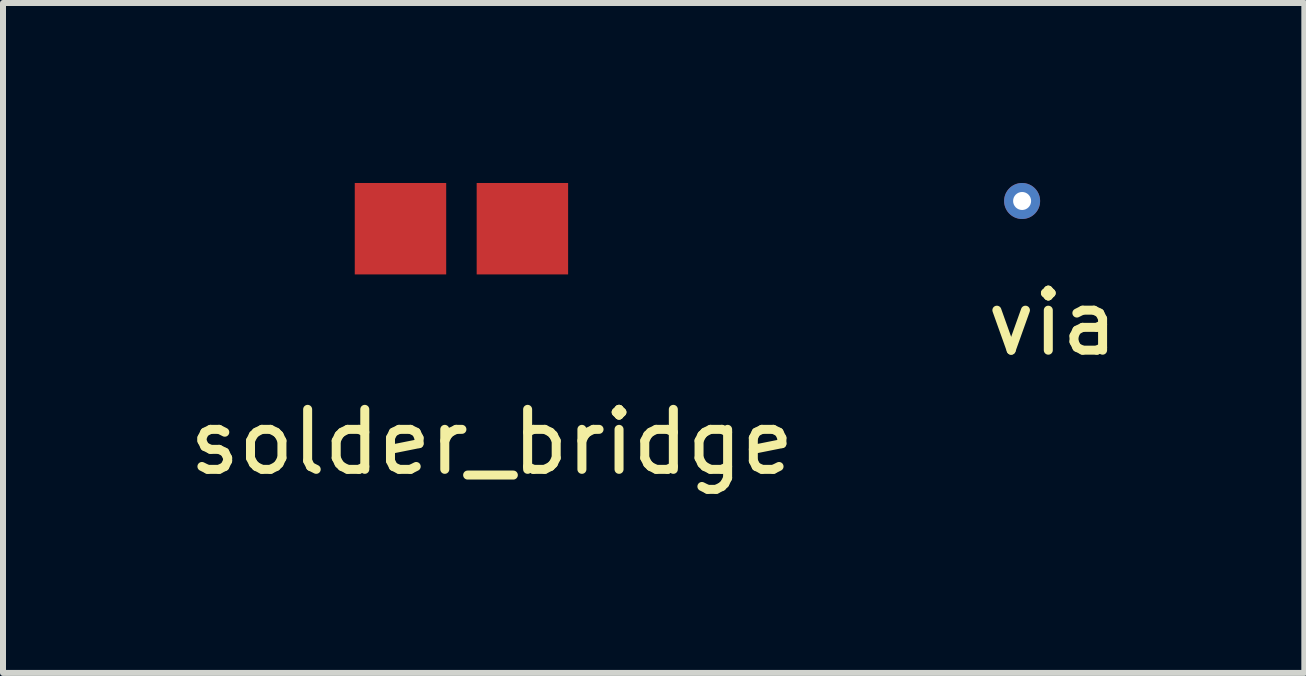
<source format=kicad_pcb>
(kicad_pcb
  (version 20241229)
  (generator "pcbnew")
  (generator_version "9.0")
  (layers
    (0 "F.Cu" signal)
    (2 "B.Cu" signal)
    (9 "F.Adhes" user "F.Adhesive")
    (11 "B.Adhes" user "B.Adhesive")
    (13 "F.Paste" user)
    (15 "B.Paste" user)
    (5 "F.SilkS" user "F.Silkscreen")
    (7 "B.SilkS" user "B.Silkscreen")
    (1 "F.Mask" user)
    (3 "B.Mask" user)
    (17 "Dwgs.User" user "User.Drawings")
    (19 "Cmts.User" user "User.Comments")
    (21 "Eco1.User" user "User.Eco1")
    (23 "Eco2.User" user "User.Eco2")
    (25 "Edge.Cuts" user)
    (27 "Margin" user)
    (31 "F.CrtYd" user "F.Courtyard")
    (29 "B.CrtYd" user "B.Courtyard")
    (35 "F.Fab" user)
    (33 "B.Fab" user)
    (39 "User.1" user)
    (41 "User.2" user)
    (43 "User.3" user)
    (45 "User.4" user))
  (footprint "solder_bridge"
    (layer "F.Cu")
    (at 4.641 0.762)
    (property "Reference" "solder_bridge" (at 0.508 3.556 0) (layer "F.SilkS") (effects (font (size 1 1) (thickness 0.15))))
    (attr through_hole)
    (pad "1" smd rect (at -1.016 0) (size 1.524 1.524) (layers "F.Cu" "F.Mask" "F.Paste"))
    (pad "2" smd rect (at 1.016 0) (size 1.524 1.524) (layers "F.Cu" "F.Mask" "F.Paste")))
  (footprint "via"
    (layer "F.Cu")
    (at 13.986 0.3)
    (property "Reference" "via" (at 0.508 2.032 0) (layer "F.SilkS") (effects (font (size 1 1) (thickness 0.15))))
    (attr through_hole)
    (pad "1" thru_hole circle (at 0 0) (size 0.6 0.6) (drill 0.3) (layers "*.Cu")))
  (gr_rect
    (start -3 -3)
    (end 18.69 8.166)
    (stroke (width 0.1) (type default))
    (fill no)
    (layer "Edge.Cuts")))
</source>
